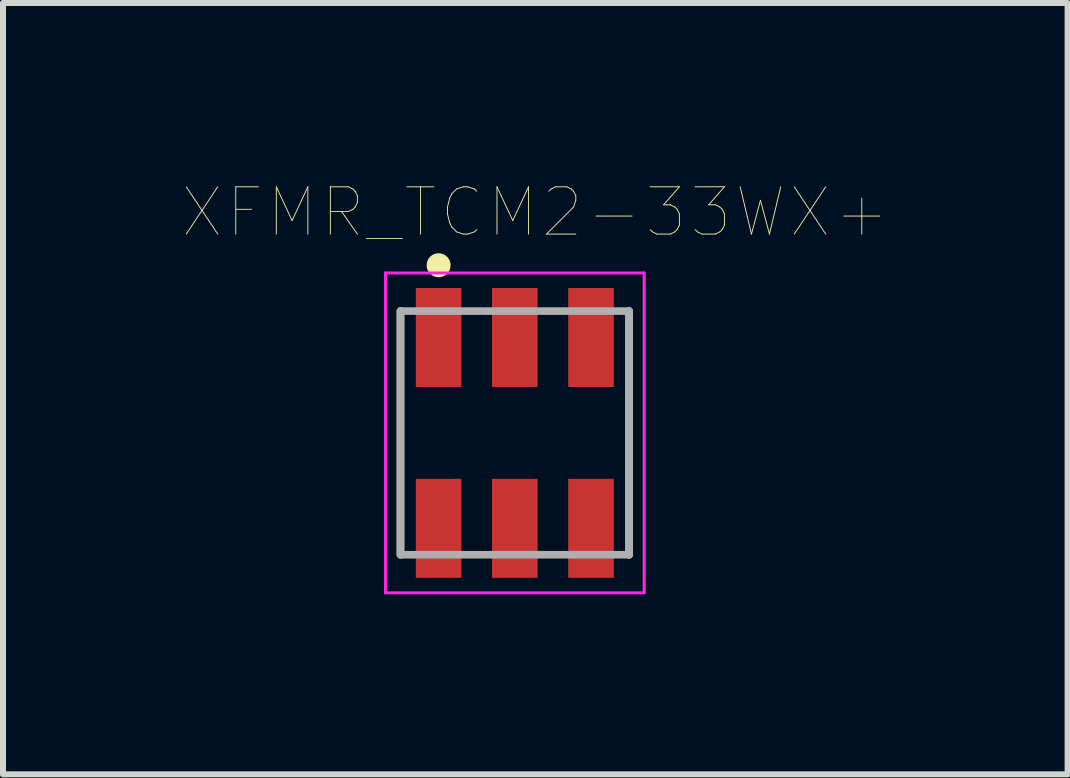
<source format=kicad_pcb>
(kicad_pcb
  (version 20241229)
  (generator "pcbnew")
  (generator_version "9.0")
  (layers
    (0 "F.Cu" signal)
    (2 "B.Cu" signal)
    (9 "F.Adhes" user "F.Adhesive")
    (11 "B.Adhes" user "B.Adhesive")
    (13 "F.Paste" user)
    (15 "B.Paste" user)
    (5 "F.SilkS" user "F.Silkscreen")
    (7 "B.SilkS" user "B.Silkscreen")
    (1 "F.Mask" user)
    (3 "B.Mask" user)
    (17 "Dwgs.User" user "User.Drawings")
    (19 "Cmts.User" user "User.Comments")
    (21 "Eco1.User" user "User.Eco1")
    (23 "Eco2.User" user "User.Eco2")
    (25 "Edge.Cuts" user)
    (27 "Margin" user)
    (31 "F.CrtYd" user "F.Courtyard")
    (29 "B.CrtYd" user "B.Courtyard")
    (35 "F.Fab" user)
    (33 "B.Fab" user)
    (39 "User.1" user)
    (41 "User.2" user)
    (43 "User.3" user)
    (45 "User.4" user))
  (footprint "XFMR_TCM2-33WX+"
    (layer "F.Cu")
    (at 5.529 4.164)
    (property "Reference" "XFMR_TCM2-33WX+" (at 0.341 -3.677 0) (layer "F.SilkS") (effects (font (size 0.788 0.788) (thickness 0.015))))
    (attr through_hole)
    (fp_line (start -1.905 -2.03) (end -1.905 2.03) (stroke (width 0.127) (type solid)) (layer "F.SilkS"))
    (fp_line (start 1.905 -2.03) (end 1.905 2.03) (stroke (width 0.127) (type solid)) (layer "F.SilkS"))
    (fp_circle (center -1.27 -2.794) (end -1.17 -2.794) (stroke (width 0.2) (type solid)) (fill no) (layer "F.SilkS"))
    (fp_line (start -2.155 -2.665) (end 2.155 -2.665) (stroke (width 0.05) (type solid)) (layer "F.CrtYd"))
    (fp_line (start -2.155 2.665) (end -2.155 -2.665) (stroke (width 0.05) (type solid)) (layer "F.CrtYd"))
    (fp_line (start 2.155 -2.665) (end 2.155 2.665) (stroke (width 0.05) (type solid)) (layer "F.CrtYd"))
    (fp_line (start 2.155 2.665) (end -2.155 2.665) (stroke (width 0.05) (type solid)) (layer "F.CrtYd"))
    (fp_line (start -1.905 -2.03) (end 1.905 -2.03) (stroke (width 0.127) (type solid)) (layer "F.Fab"))
    (fp_line (start -1.905 2.03) (end -1.905 -2.03) (stroke (width 0.127) (type solid)) (layer "F.Fab"))
    (fp_line (start 1.905 -2.03) (end 1.905 2.03) (stroke (width 0.127) (type solid)) (layer "F.Fab"))
    (fp_line (start 1.905 2.03) (end -1.905 2.03) (stroke (width 0.127) (type solid)) (layer "F.Fab"))
    (pad "1" smd rect (at -1.27 -1.59) (size 0.76 1.65) (layers "F.Cu" "F.Mask" "F.Paste"))
    (pad "2" smd rect (at 0 -1.59) (size 0.76 1.65) (layers "F.Cu" "F.Mask" "F.Paste"))
    (pad "3" smd rect (at 1.27 -1.59) (size 0.76 1.65) (layers "F.Cu" "F.Mask" "F.Paste"))
    (pad "4" smd rect (at 1.27 1.59) (size 0.76 1.65) (layers "F.Cu" "F.Mask" "F.Paste"))
    (pad "5" smd rect (at 0 1.59) (size 0.76 1.65) (layers "F.Cu" "F.Mask" "F.Paste"))
    (pad "6" smd rect (at -1.27 1.59) (size 0.76 1.65) (layers "F.Cu" "F.Mask" "F.Paste")))
  (gr_rect
    (start -3 -3)
    (end 14.741 9.854)
    (stroke (width 0.1) (type default))
    (fill no)
    (layer "Edge.Cuts")))
</source>
